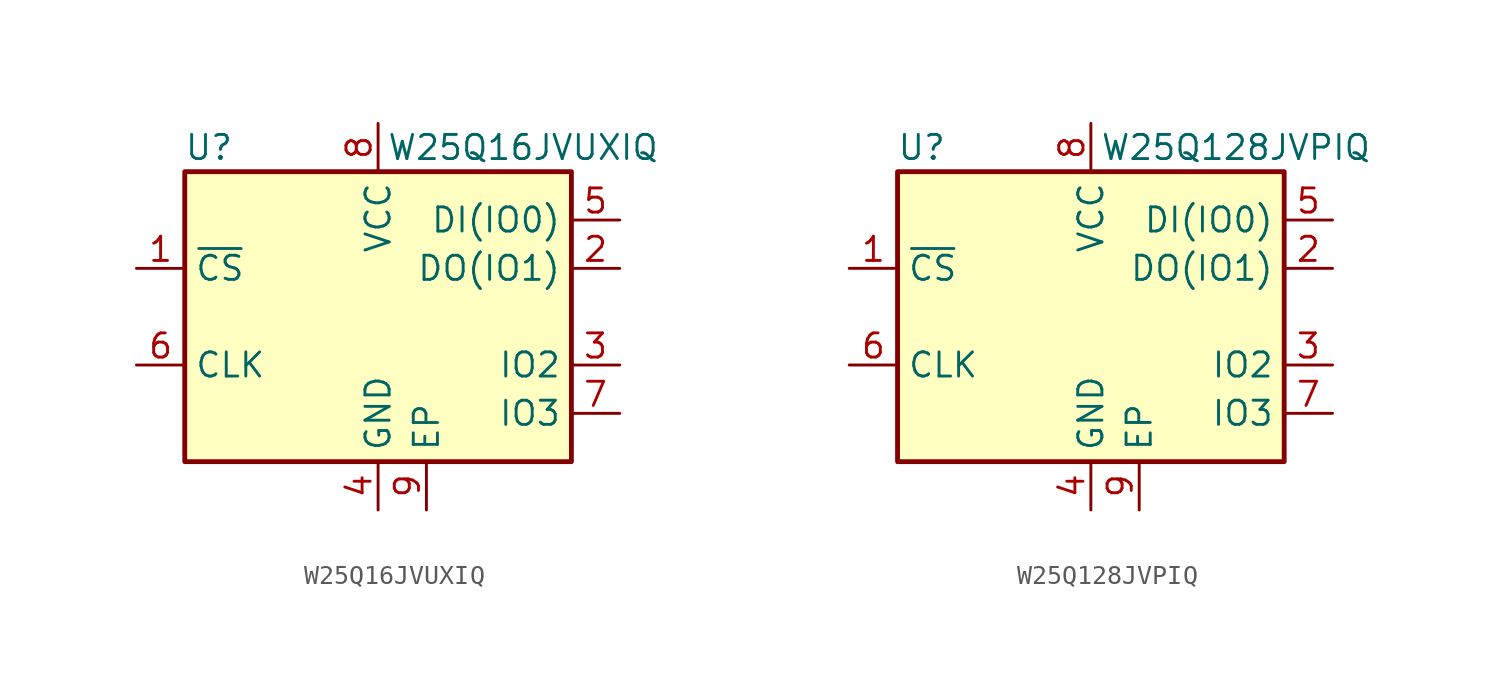
<source format=kicad_sym>
(kicad_symbol_lib
  (version 20211014)
  (generator kicad_symbol_editor)
  (symbol "W25Q16JVUXIQ"
    (property "Reference" "U"
      (at -8.89 8.89 0)
      (effects (font (size 1.27 1.27))))
    (property "Value" "W25Q16JVUXIQ"
      (at 7.62 8.89 0)
      (effects (font (size 1.27 1.27))))
    (symbol "W25Q16JVUXIQ_0_1"
      (rectangle (start -10.16 7.62) (end 10.16 -7.62) (stroke (width 0.254) (type default) (color 0 0 0 0)) (fill (type background))))
    (symbol "W25Q16JVUXIQ_1_1"
      (pin input line (at -12.7 2.54 0) (length 2.54) (name "~{CS}" (effects (font (size 1.27 1.27)))) (number "1" (effects (font (size 1.27 1.27)))))
      (pin bidirectional line (at 12.7 2.54 180) (length 2.54) (name "DO(IO1)" (effects (font (size 1.27 1.27)))) (number "2" (effects (font (size 1.27 1.27)))))
      (pin bidirectional line (at 12.7 -2.54 180) (length 2.54) (name "IO2" (effects (font (size 1.27 1.27)))) (number "3" (effects (font (size 1.27 1.27)))))
      (pin power_in line (at 0 -10.16 90) (length 2.54) (name "GND" (effects (font (size 1.27 1.27)))) (number "4" (effects (font (size 1.27 1.27)))))
      (pin bidirectional line (at 12.7 5.08 180) (length 2.54) (name "DI(IO0)" (effects (font (size 1.27 1.27)))) (number "5" (effects (font (size 1.27 1.27)))))
      (pin input line (at -12.7 -2.54 0) (length 2.54) (name "CLK" (effects (font (size 1.27 1.27)))) (number "6" (effects (font (size 1.27 1.27)))))
      (pin bidirectional line (at 12.7 -5.08 180) (length 2.54) (name "IO3" (effects (font (size 1.27 1.27)))) (number "7" (effects (font (size 1.27 1.27)))))
      (pin power_in line (at 0 10.16 270) (length 2.54) (name "VCC" (effects (font (size 1.27 1.27)))) (number "8" (effects (font (size 1.27 1.27)))))
      (pin passive line (at 2.54 -10.16 90) (length 2.54) (name "EP" (effects (font (size 1.27 1.27)))) (number "9" (effects (font (size 1.27 1.27)))))))
  (symbol "W25Q128JVPIQ"
    (property "Reference" "U"
      (at -8.89 8.89 0)
      (effects (font (size 1.27 1.27))))
    (property "Value" "W25Q128JVPIQ"
      (at 7.62 8.89 0)
      (effects (font (size 1.27 1.27))))
    (symbol "W25Q128JVPIQ_0_1"
      (rectangle (start -10.16 7.62) (end 10.16 -7.62) (stroke (width 0.254) (type default) (color 0 0 0 0)) (fill (type background))))
    (symbol "W25Q128JVPIQ_1_1"
      (pin input line (at -12.7 2.54 0) (length 2.54) (name "~{CS}" (effects (font (size 1.27 1.27)))) (number "1" (effects (font (size 1.27 1.27)))))
      (pin bidirectional line (at 12.7 2.54 180) (length 2.54) (name "DO(IO1)" (effects (font (size 1.27 1.27)))) (number "2" (effects (font (size 1.27 1.27)))))
      (pin bidirectional line (at 12.7 -2.54 180) (length 2.54) (name "IO2" (effects (font (size 1.27 1.27)))) (number "3" (effects (font (size 1.27 1.27)))))
      (pin power_in line (at 0 -10.16 90) (length 2.54) (name "GND" (effects (font (size 1.27 1.27)))) (number "4" (effects (font (size 1.27 1.27)))))
      (pin bidirectional line (at 12.7 5.08 180) (length 2.54) (name "DI(IO0)" (effects (font (size 1.27 1.27)))) (number "5" (effects (font (size 1.27 1.27)))))
      (pin input line (at -12.7 -2.54 0) (length 2.54) (name "CLK" (effects (font (size 1.27 1.27)))) (number "6" (effects (font (size 1.27 1.27)))))
      (pin bidirectional line (at 12.7 -5.08 180) (length 2.54) (name "IO3" (effects (font (size 1.27 1.27)))) (number "7" (effects (font (size 1.27 1.27)))))
      (pin power_in line (at 0 10.16 270) (length 2.54) (name "VCC" (effects (font (size 1.27 1.27)))) (number "8" (effects (font (size 1.27 1.27)))))
      (pin passive line (at 2.54 -10.16 90) (length 2.54) (name "EP" (effects (font (size 1.27 1.27)))) (number "9" (effects (font (size 1.27 1.27))))))))
</source>
